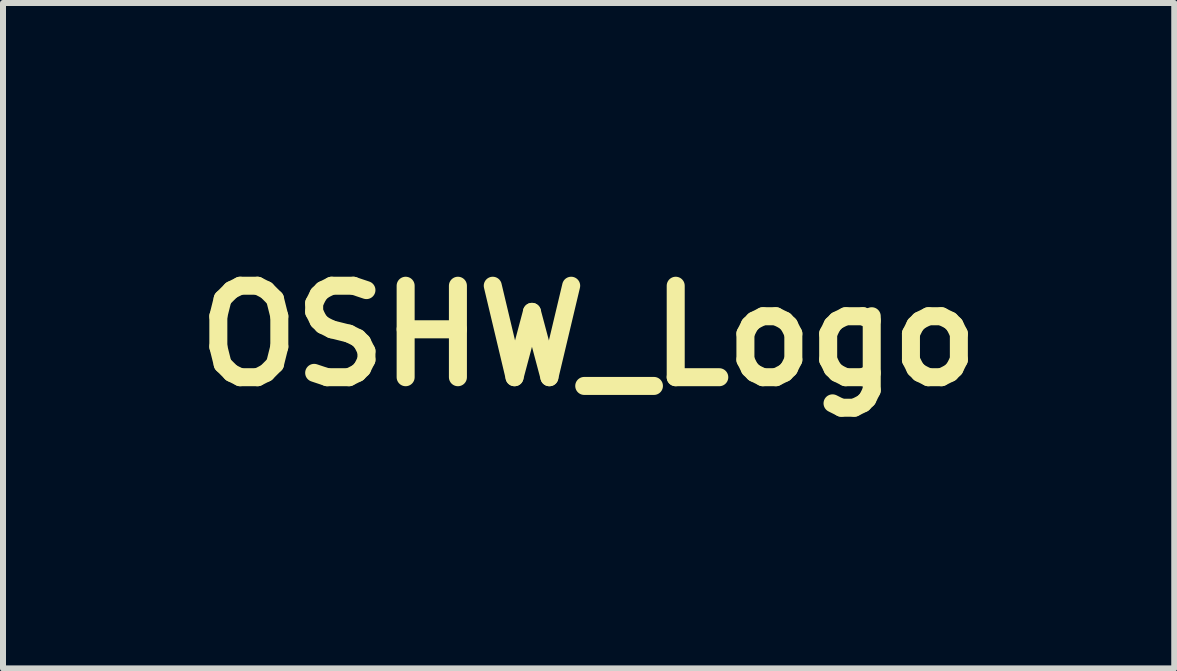
<source format=kicad_pcb>
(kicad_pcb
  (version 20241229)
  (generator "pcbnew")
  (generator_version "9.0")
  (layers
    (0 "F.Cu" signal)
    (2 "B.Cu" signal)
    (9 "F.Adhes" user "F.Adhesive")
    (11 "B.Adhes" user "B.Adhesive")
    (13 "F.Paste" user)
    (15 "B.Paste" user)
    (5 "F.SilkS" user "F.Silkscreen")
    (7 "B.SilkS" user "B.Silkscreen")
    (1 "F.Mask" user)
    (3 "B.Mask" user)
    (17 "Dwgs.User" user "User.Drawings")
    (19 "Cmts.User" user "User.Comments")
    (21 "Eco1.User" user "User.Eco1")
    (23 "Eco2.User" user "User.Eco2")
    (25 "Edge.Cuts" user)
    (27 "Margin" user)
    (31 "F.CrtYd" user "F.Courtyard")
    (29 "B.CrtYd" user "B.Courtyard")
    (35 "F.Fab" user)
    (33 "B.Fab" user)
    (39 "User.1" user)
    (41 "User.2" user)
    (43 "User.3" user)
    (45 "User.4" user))
  (footprint "OSHW_Logo"
    (layer "F.Cu")
    (at 6.756 2.545)
    (property "Reference" "OSHW_Logo" (at 0 0 0) (layer "F.SilkS") (effects (font (size 1.524 1.524) (thickness 0.3))))
    (attr through_hole)
    (fp_poly (pts (xy 1.947 2.315) (xy 1.947 2.316) (xy 1.942 2.329) (xy 1.937 2.335) (xy 1.928 2.34) (xy 1.926 2.334) (xy 1.926 2.334) (xy 1.931 2.32) (xy 1.937 2.314) (xy 1.945 2.309) (xy 1.947 2.315)) (stroke (width 0.01) (type solid)) (fill yes) (layer "F.Mask"))
    (fp_poly (pts (xy 0.037 -2.54) (xy 0.099 -2.54) (xy 0.159 -2.539) (xy 0.215 -2.539) (xy 0.265 -2.538) (xy 0.307 -2.537) (xy 0.339 -2.536) (xy 0.361 -2.535) (xy 0.37 -2.533) (xy 0.384 -2.522) (xy 0.391 -2.51) (xy 0.394 -2.498) (xy 0.398 -2.473) (xy 0.405 -2.438) (xy 0.413 -2.394) (xy 0.423 -2.343) (xy 0.433 -2.286) (xy 0.444 -2.226) (xy 0.456 -2.165) (xy 0.467 -2.103) (xy 0.478 -2.042) (xy 0.487 -1.993) (xy 0.496 -1.946) (xy 0.504 -1.901) (xy 0.511 -1.863) (xy 0.517 -1.832) (xy 0.522 -1.812) (xy 0.523 -1.806) (xy 0.525 -1.795) (xy 0.528 -1.785) (xy 0.532 -1.777) (xy 0.539 -1.769) (xy 0.549 -1.761) (xy 0.564 -1.752) (xy 0.586 -1.742) (xy 0.615 -1.729) (xy 0.652 -1.713) (xy 0.7 -1.693) (xy 0.759 -1.669) (xy 0.794 -1.655) (xy 0.838 -1.637) (xy 0.884 -1.618) (xy 0.926 -1.601) (xy 0.961 -1.587) (xy 0.983 -1.578) (xy 1.013 -1.566) (xy 1.041 -1.558) (xy 1.062 -1.553) (xy 1.068 -1.552) (xy 1.075 -1.554) (xy 1.086 -1.558) (xy 1.102 -1.567) (xy 1.124 -1.579) (xy 1.152 -1.597) (xy 1.187 -1.62) (xy 1.231 -1.649) (xy 1.284 -1.685) (xy 1.347 -1.729) (xy 1.38 -1.751) (xy 1.45 -1.799) (xy 1.509 -1.84) (xy 1.559 -1.874) (xy 1.6 -1.902) (xy 1.633 -1.924) (xy 1.659 -1.942) (xy 1.679 -1.955) (xy 1.694 -1.964) (xy 1.705 -1.969) (xy 1.713 -1.973) (xy 1.719 -1.974) (xy 1.723 -1.974) (xy 1.726 -1.973) (xy 1.727 -1.973) (xy 1.735 -1.967) (xy 1.751 -1.952) (xy 1.775 -1.93) (xy 1.805 -1.9) (xy 1.841 -1.866) (xy 1.88 -1.827) (xy 1.923 -1.785) (xy 1.967 -1.741) (xy 2.012 -1.696) (xy 2.056 -1.651) (xy 2.098 -1.608) (xy 2.138 -1.567) (xy 2.174 -1.529) (xy 2.205 -1.497) (xy 2.23 -1.47) (xy 2.248 -1.451) (xy 2.257 -1.44) (xy 2.258 -1.438) (xy 2.254 -1.427) (xy 2.244 -1.408) (xy 2.229 -1.384) (xy 2.218 -1.367) (xy 2.207 -1.352) (xy 2.197 -1.336) (xy 2.186 -1.321) (xy 2.174 -1.303) (xy 2.16 -1.283) (xy 2.143 -1.258) (xy 2.123 -1.228) (xy 2.098 -1.192) (xy 2.068 -1.148) (xy 2.032 -1.096) (xy 1.989 -1.033) (xy 1.966 -1) (xy 1.93 -0.947) (xy 1.901 -0.904) (xy 1.878 -0.869) (xy 1.862 -0.843) (xy 1.851 -0.823) (xy 1.844 -0.809) (xy 1.842 -0.799) (xy 1.842 -0.796) (xy 1.844 -0.784) (xy 1.852 -0.762) (xy 1.864 -0.73) (xy 1.88 -0.691) (xy 1.898 -0.645) (xy 1.919 -0.596) (xy 1.94 -0.544) (xy 1.963 -0.491) (xy 1.985 -0.44) (xy 2.006 -0.391) (xy 2.025 -0.347) (xy 2.043 -0.31) (xy 2.057 -0.28) (xy 2.067 -0.261) (xy 2.071 -0.253) (xy 2.086 -0.243) (xy 2.107 -0.236) (xy 2.109 -0.236) (xy 2.123 -0.233) (xy 2.149 -0.229) (xy 2.184 -0.222) (xy 2.225 -0.215) (xy 2.27 -0.206) (xy 2.279 -0.205) (xy 2.379 -0.186) (xy 2.468 -0.169) (xy 2.547 -0.155) (xy 2.615 -0.142) (xy 2.671 -0.132) (xy 2.715 -0.124) (xy 2.746 -0.119) (xy 2.764 -0.116) (xy 2.776 -0.114) (xy 2.786 -0.113) (xy 2.794 -0.111) (xy 2.801 -0.107) (xy 2.806 -0.099) (xy 2.811 -0.088) (xy 2.814 -0.071) (xy 2.816 -0.047) (xy 2.817 -0.016) (xy 2.818 0.023) (xy 2.819 0.073) (xy 2.819 0.133) (xy 2.819 0.205) (xy 2.819 0.281) (xy 2.819 0.378) (xy 2.818 0.46) (xy 2.817 0.528) (xy 2.816 0.582) (xy 2.815 0.623) (xy 2.814 0.649) (xy 2.812 0.662) (xy 2.811 0.663) (xy 2.808 0.665) (xy 2.803 0.667) (xy 2.793 0.67) (xy 2.779 0.673) (xy 2.758 0.678) (xy 2.73 0.684) (xy 2.694 0.691) (xy 2.649 0.699) (xy 2.593 0.71) (xy 2.526 0.722) (xy 2.446 0.737) (xy 2.434 0.74) (xy 2.383 0.749) (xy 2.329 0.759) (xy 2.278 0.769) (xy 2.232 0.777) (xy 2.197 0.784) (xy 2.194 0.784) (xy 2.149 0.793) (xy 2.117 0.802) (xy 2.097 0.81) (xy 2.091 0.815) (xy 2.084 0.825) (xy 2.072 0.849) (xy 2.056 0.884) (xy 2.036 0.931) (xy 2.012 0.989) (xy 1.984 1.057) (xy 1.965 1.106) (xy 1.937 1.175) (xy 1.915 1.232) (xy 1.897 1.278) (xy 1.883 1.315) (xy 1.873 1.344) (xy 1.866 1.365) (xy 1.862 1.381) (xy 1.86 1.392) (xy 1.86 1.4) (xy 1.861 1.403) (xy 1.867 1.415) (xy 1.88 1.437) (xy 1.898 1.464) (xy 1.919 1.495) (xy 1.924 1.503) (xy 1.966 1.563) (xy 2.007 1.624) (xy 2.048 1.683) (xy 2.088 1.741) (xy 2.125 1.795) (xy 2.158 1.844) (xy 2.188 1.888) (xy 2.213 1.924) (xy 2.232 1.953) (xy 2.244 1.972) (xy 2.25 1.98) (xy 2.256 1.996) (xy 2.258 2.005) (xy 2.253 2.012) (xy 2.24 2.027) (xy 2.219 2.049) (xy 2.193 2.076) (xy 2.163 2.107) (xy 2.131 2.14) (xy 2.098 2.174) (xy 2.065 2.208) (xy 2.034 2.238) (xy 2.006 2.265) (xy 1.984 2.287) (xy 1.968 2.301) (xy 1.96 2.307) (xy 1.96 2.307) (xy 1.955 2.303) (xy 1.96 2.292) (xy 1.976 2.274) (xy 1.988 2.258) (xy 1.989 2.251) (xy 1.987 2.251) (xy 1.977 2.256) (xy 1.962 2.269) (xy 1.952 2.281) (xy 1.926 2.311) (xy 1.926 2.281) (xy 1.925 2.262) (xy 1.921 2.252) (xy 1.919 2.251) (xy 1.916 2.257) (xy 1.913 2.275) (xy 1.912 2.302) (xy 1.912 2.306) (xy 1.912 2.36) (xy 1.825 2.448) (xy 1.79 2.481) (xy 1.764 2.506) (xy 1.745 2.522) (xy 1.731 2.531) (xy 1.72 2.535) (xy 1.719 2.535) (xy 1.704 2.531) (xy 1.682 2.52) (xy 1.655 2.504) (xy 1.649 2.5) (xy 1.632 2.488) (xy 1.604 2.469) (xy 1.569 2.444) (xy 1.526 2.415) (xy 1.479 2.382) (xy 1.428 2.347) (xy 1.375 2.311) (xy 1.369 2.307) (xy 1.307 2.265) (xy 1.256 2.23) (xy 1.214 2.203) (xy 1.181 2.181) (xy 1.156 2.166) (xy 1.138 2.156) (xy 1.125 2.151) (xy 1.118 2.149) (xy 1.104 2.153) (xy 1.079 2.163) (xy 1.045 2.179) (xy 1.003 2.2) (xy 0.968 2.219) (xy 0.921 2.243) (xy 0.886 2.261) (xy 0.86 2.273) (xy 0.843 2.28) (xy 0.832 2.282) (xy 0.827 2.281) (xy 0.822 2.274) (xy 0.812 2.254) (xy 0.799 2.223) (xy 0.781 2.183) (xy 0.76 2.134) (xy 0.735 2.078) (xy 0.709 2.015) (xy 0.68 1.947) (xy 0.65 1.874) (xy 0.618 1.799) (xy 0.586 1.721) (xy 0.554 1.643) (xy 0.522 1.565) (xy 0.49 1.488) (xy 0.46 1.414) (xy 0.431 1.343) (xy 0.405 1.277) (xy 0.381 1.217) (xy 0.359 1.164) (xy 0.342 1.119) (xy 0.328 1.082) (xy 0.319 1.057) (xy 0.314 1.042) (xy 0.314 1.04) (xy 0.322 1.026) (xy 0.338 1.012) (xy 0.344 1.008) (xy 0.391 0.977) (xy 0.442 0.94) (xy 0.493 0.9) (xy 0.539 0.859) (xy 0.574 0.826) (xy 0.641 0.745) (xy 0.697 0.656) (xy 0.741 0.56) (xy 0.77 0.469) (xy 0.776 0.443) (xy 0.78 0.419) (xy 0.783 0.394) (xy 0.785 0.364) (xy 0.786 0.327) (xy 0.786 0.282) (xy 0.786 0.235) (xy 0.785 0.199) (xy 0.783 0.171) (xy 0.78 0.146) (xy 0.775 0.122) (xy 0.769 0.096) (xy 0.767 0.088) (xy 0.733 -0.011) (xy 0.687 -0.104) (xy 0.629 -0.19) (xy 0.561 -0.268) (xy 0.484 -0.337) (xy 0.399 -0.396) (xy 0.306 -0.444) (xy 0.294 -0.449) (xy 0.227 -0.472) (xy 0.159 -0.489) (xy 0.086 -0.498) (xy 0.004 -0.501) (xy 0 -0.501) (xy -0.082 -0.498) (xy -0.156 -0.489) (xy -0.224 -0.473) (xy -0.291 -0.45) (xy -0.294 -0.449) (xy -0.388 -0.403) (xy -0.474 -0.345) (xy -0.552 -0.277) (xy -0.621 -0.2) (xy -0.68 -0.114) (xy -0.728 -0.021) (xy -0.763 0.078) (xy -0.766 0.088) (xy -0.774 0.116) (xy -0.779 0.14) (xy -0.782 0.163) (xy -0.784 0.19) (xy -0.785 0.223) (xy -0.786 0.266) (xy -0.786 0.282) (xy -0.786 0.33) (xy -0.785 0.367) (xy -0.783 0.396) (xy -0.78 0.421) (xy -0.776 0.445) (xy -0.77 0.469) (xy -0.739 0.565) (xy -0.699 0.653) (xy -0.648 0.735) (xy -0.586 0.812) (xy -0.512 0.885) (xy -0.424 0.954) (xy -0.351 1.004) (xy -0.328 1.02) (xy -0.314 1.034) (xy -0.31 1.042) (xy -0.313 1.051) (xy -0.321 1.072) (xy -0.333 1.104) (xy -0.349 1.145) (xy -0.369 1.194) (xy -0.393 1.251) (xy -0.418 1.315) (xy -0.446 1.383) (xy -0.476 1.456) (xy -0.508 1.531) (xy -0.54 1.608) (xy -0.572 1.686) (xy -0.605 1.764) (xy -0.637 1.84) (xy -0.668 1.914) (xy -0.697 1.984) (xy -0.725 2.05) (xy -0.75 2.109) (xy -0.773 2.161) (xy -0.792 2.206) (xy -0.807 2.241) (xy -0.819 2.266) (xy -0.825 2.279) (xy -0.827 2.281) (xy -0.833 2.282) (xy -0.845 2.279) (xy -0.864 2.272) (xy -0.891 2.259) (xy -0.928 2.24) (xy -0.968 2.219) (xy -1.015 2.194) (xy -1.056 2.174) (xy -1.088 2.159) (xy -1.11 2.151) (xy -1.118 2.149) (xy -1.129 2.152) (xy -1.145 2.159) (xy -1.167 2.172) (xy -1.198 2.191) (xy -1.238 2.217) (xy -1.282 2.248) (xy -1.363 2.303) (xy -1.432 2.351) (xy -1.492 2.392) (xy -1.543 2.427) (xy -1.585 2.456) (xy -1.62 2.479) (xy -1.648 2.498) (xy -1.67 2.512) (xy -1.687 2.522) (xy -1.7 2.529) (xy -1.71 2.534) (xy -1.717 2.536) (xy -1.722 2.536) (xy -1.727 2.535) (xy -1.731 2.533) (xy -1.732 2.533) (xy -1.741 2.526) (xy -1.758 2.511) (xy -1.782 2.488) (xy -1.813 2.459) (xy -1.848 2.424) (xy -1.888 2.385) (xy -1.93 2.342) (xy -1.974 2.298) (xy -2.019 2.253) (xy -2.063 2.209) (xy -2.105 2.166) (xy -2.144 2.125) (xy -2.179 2.088) (xy -2.209 2.057) (xy -2.233 2.031) (xy -2.25 2.012) (xy -2.257 2.002) (xy -2.258 2.001) (xy -2.254 1.993) (xy -2.243 1.974) (xy -2.225 1.947) (xy -2.202 1.911) (xy -2.173 1.868) (xy -2.141 1.819) (xy -2.105 1.766) (xy -2.066 1.71) (xy -2.063 1.705) (xy -2.024 1.648) (xy -1.987 1.594) (xy -1.954 1.545) (xy -1.924 1.501) (xy -1.899 1.463) (xy -1.88 1.433) (xy -1.867 1.413) (xy -1.861 1.403) (xy -1.861 1.402) (xy -1.86 1.396) (xy -1.861 1.387) (xy -1.863 1.374) (xy -1.869 1.356) (xy -1.877 1.331) (xy -1.889 1.299) (xy -1.905 1.258) (xy -1.925 1.207) (xy -1.949 1.144) (xy -1.965 1.106) (xy -1.995 1.031) (xy -2.021 0.967) (xy -2.044 0.913) (xy -2.062 0.87) (xy -2.077 0.839) (xy -2.087 0.82) (xy -2.091 0.815) (xy -2.105 0.807) (xy -2.131 0.798) (xy -2.169 0.789) (xy -2.194 0.784) (xy -2.229 0.778) (xy -2.274 0.769) (xy -2.325 0.76) (xy -2.379 0.75) (xy -2.431 0.74) (xy -2.434 0.74) (xy -2.516 0.724) (xy -2.585 0.711) (xy -2.642 0.701) (xy -2.689 0.692) (xy -2.726 0.684) (xy -2.755 0.679) (xy -2.776 0.674) (xy -2.792 0.67) (xy -2.802 0.667) (xy -2.808 0.665) (xy -2.811 0.663) (xy -2.811 0.663) (xy -2.813 0.654) (xy -2.815 0.631) (xy -2.816 0.595) (xy -2.817 0.544) (xy -2.818 0.48) (xy -2.818 0.401) (xy -2.819 0.309) (xy -2.819 0.281) (xy -2.819 0.197) (xy -2.819 0.126) (xy -2.819 0.067) (xy -2.818 0.019) (xy -2.817 -0.02) (xy -2.816 -0.05) (xy -2.813 -0.073) (xy -2.81 -0.089) (xy -2.806 -0.1) (xy -2.8 -0.107) (xy -2.793 -0.111) (xy -2.785 -0.113) (xy -2.775 -0.114) (xy -2.764 -0.116) (xy -2.746 -0.119) (xy -2.715 -0.124) (xy -2.671 -0.132) (xy -2.614 -0.142) (xy -2.546 -0.155) (xy -2.467 -0.17) (xy -2.377 -0.186) (xy -2.279 -0.205) (xy -2.234 -0.213) (xy -2.192 -0.221) (xy -2.156 -0.227) (xy -2.128 -0.233) (xy -2.111 -0.236) (xy -2.109 -0.236) (xy -2.088 -0.242) (xy -2.072 -0.252) (xy -2.071 -0.253) (xy -2.065 -0.264) (xy -2.054 -0.286) (xy -2.039 -0.318) (xy -2.021 -0.357) (xy -2.001 -0.402) (xy -1.98 -0.451) (xy -1.958 -0.503) (xy -1.935 -0.556) (xy -1.914 -0.607) (xy -1.894 -0.656) (xy -1.876 -0.7) (xy -1.861 -0.738) (xy -1.85 -0.768) (xy -1.843 -0.788) (xy -1.842 -0.796) (xy -1.843 -0.803) (xy -1.847 -0.814) (xy -1.855 -0.829) (xy -1.867 -0.849) (xy -1.884 -0.876) (xy -1.906 -0.91) (xy -1.934 -0.952) (xy -1.968 -1.003) (xy -2.01 -1.064) (xy -2.042 -1.111) (xy -2.082 -1.169) (xy -2.119 -1.223) (xy -2.153 -1.273) (xy -2.183 -1.318) (xy -2.209 -1.356) (xy -2.229 -1.385) (xy -2.243 -1.406) (xy -2.25 -1.417) (xy -2.251 -1.418) (xy -2.255 -1.435) (xy -2.255 -1.445) (xy -2.249 -1.453) (xy -2.234 -1.469) (xy -2.212 -1.493) (xy -2.182 -1.524) (xy -2.148 -1.559) (xy -2.109 -1.598) (xy -2.067 -1.641) (xy -2.023 -1.685) (xy -1.978 -1.73) (xy -1.933 -1.774) (xy -1.89 -1.816) (xy -1.849 -1.856) (xy -1.811 -1.892) (xy -1.779 -1.923) (xy -1.752 -1.948) (xy -1.733 -1.965) (xy -1.722 -1.975) (xy -1.72 -1.976) (xy -1.717 -1.975) (xy -1.712 -1.974) (xy -1.706 -1.97) (xy -1.696 -1.965) (xy -1.682 -1.956) (xy -1.664 -1.945) (xy -1.641 -1.929) (xy -1.611 -1.909) (xy -1.573 -1.884) (xy -1.528 -1.853) (xy -1.474 -1.816) (xy -1.41 -1.772) (xy -1.336 -1.721) (xy -1.313 -1.705) (xy -1.253 -1.664) (xy -1.204 -1.631) (xy -1.164 -1.604) (xy -1.132 -1.584) (xy -1.108 -1.569) (xy -1.09 -1.56) (xy -1.077 -1.554) (xy -1.069 -1.552) (xy -1.068 -1.552) (xy -1.057 -1.555) (xy -1.035 -1.562) (xy -1.004 -1.573) (xy -0.964 -1.588) (xy -0.919 -1.605) (xy -0.87 -1.624) (xy -0.819 -1.644) (xy -0.767 -1.665) (xy -0.716 -1.685) (xy -0.668 -1.705) (xy -0.626 -1.723) (xy -0.59 -1.738) (xy -0.576 -1.744) (xy -0.554 -1.757) (xy -0.538 -1.772) (xy -0.527 -1.793) (xy -0.519 -1.824) (xy -0.515 -1.842) (xy -0.51 -1.873) (xy -0.503 -1.91) (xy -0.497 -1.94) (xy -0.491 -1.971) (xy -0.484 -2.009) (xy -0.477 -2.049) (xy -0.473 -2.071) (xy -0.465 -2.112) (xy -0.456 -2.159) (xy -0.448 -2.202) (xy -0.445 -2.219) (xy -0.438 -2.253) (xy -0.43 -2.296) (xy -0.422 -2.343) (xy -0.414 -2.388) (xy -0.413 -2.392) (xy -0.406 -2.429) (xy -0.4 -2.463) (xy -0.395 -2.49) (xy -0.392 -2.507) (xy -0.391 -2.51) (xy -0.382 -2.525) (xy -0.37 -2.533) (xy -0.359 -2.535) (xy -0.335 -2.536) (xy -0.301 -2.537) (xy -0.258 -2.538) (xy -0.207 -2.539) (xy -0.151 -2.539) (xy -0.09 -2.54) (xy -0.027 -2.54) (xy 0.037 -2.54)) (stroke (width 0.01) (type solid)) (fill yes) (layer "F.Mask")))
  (gr_rect
    (start -3 -3)
    (end 16.513 8.086)
    (stroke (width 0.1) (type default))
    (fill no)
    (layer "Edge.Cuts")))
</source>
